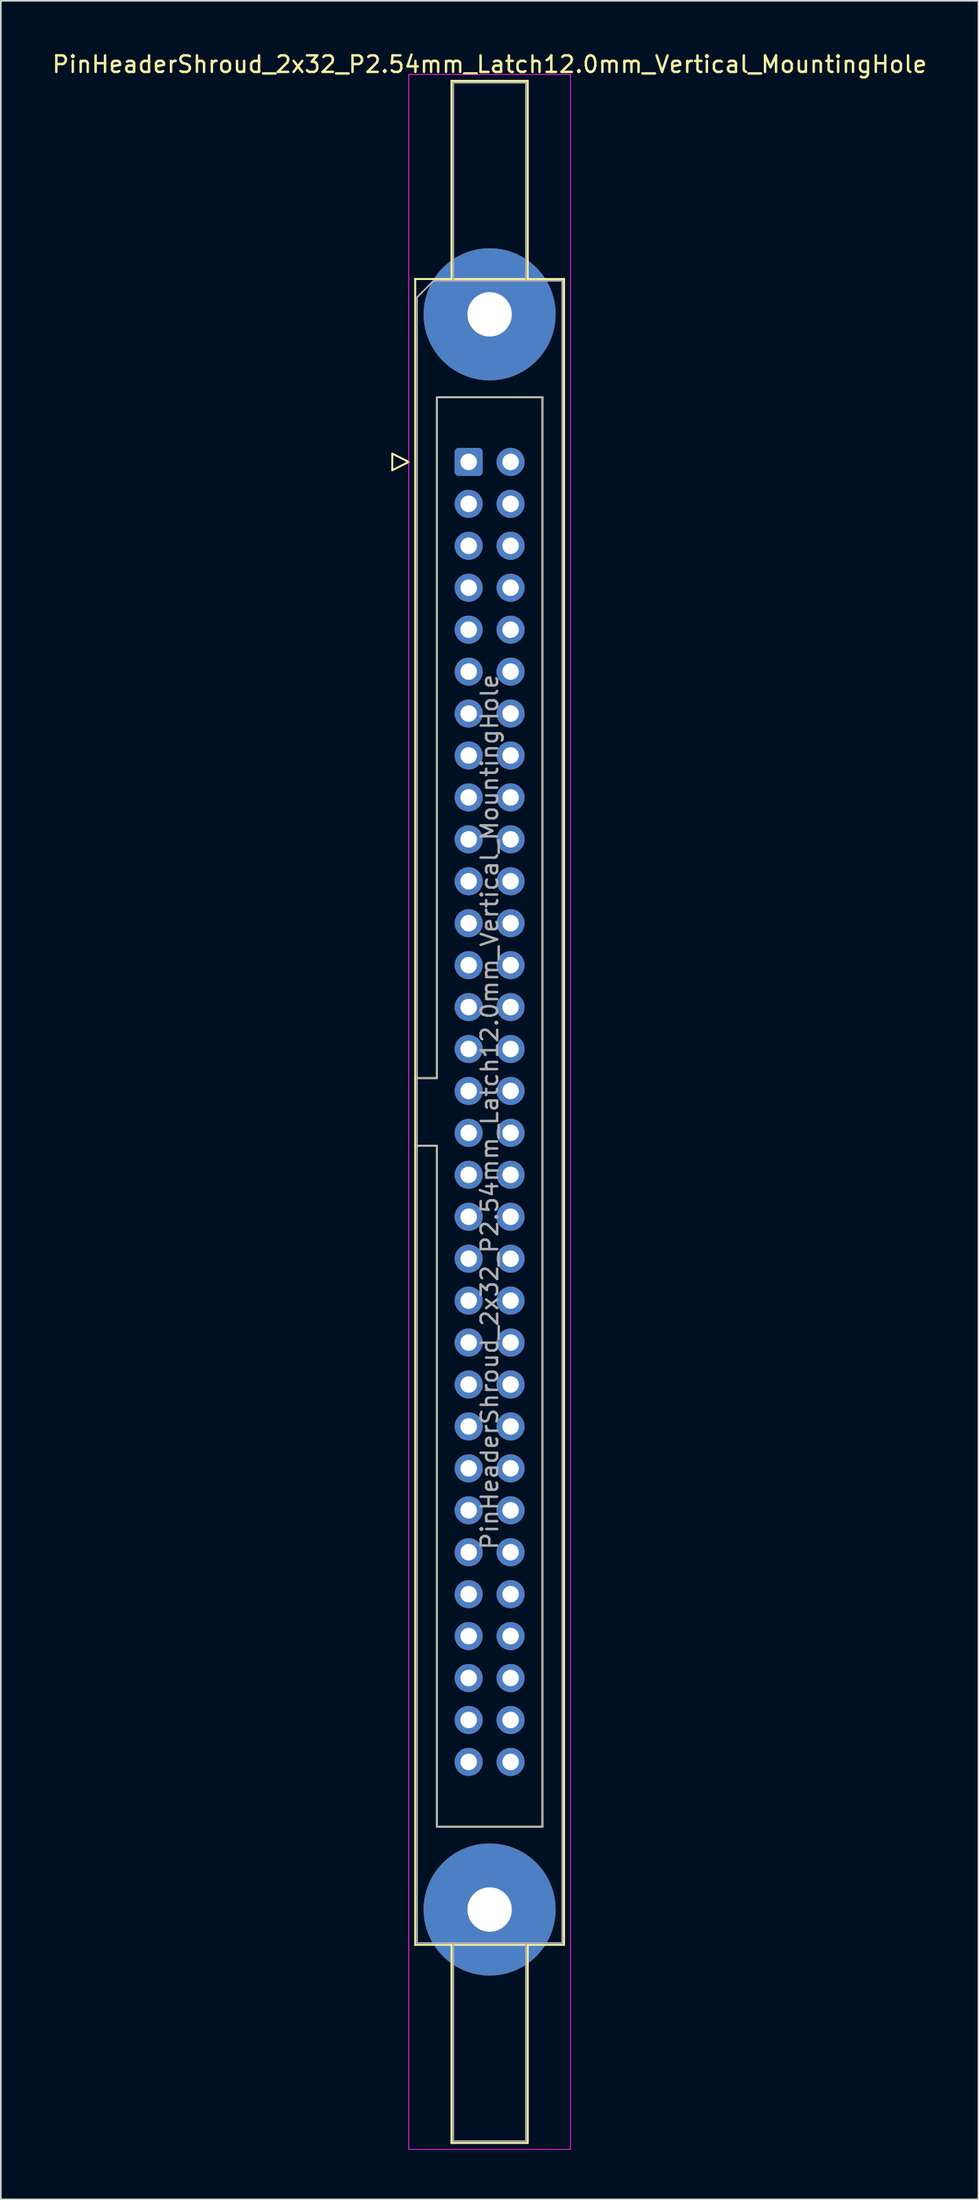
<source format=kicad_pcb>
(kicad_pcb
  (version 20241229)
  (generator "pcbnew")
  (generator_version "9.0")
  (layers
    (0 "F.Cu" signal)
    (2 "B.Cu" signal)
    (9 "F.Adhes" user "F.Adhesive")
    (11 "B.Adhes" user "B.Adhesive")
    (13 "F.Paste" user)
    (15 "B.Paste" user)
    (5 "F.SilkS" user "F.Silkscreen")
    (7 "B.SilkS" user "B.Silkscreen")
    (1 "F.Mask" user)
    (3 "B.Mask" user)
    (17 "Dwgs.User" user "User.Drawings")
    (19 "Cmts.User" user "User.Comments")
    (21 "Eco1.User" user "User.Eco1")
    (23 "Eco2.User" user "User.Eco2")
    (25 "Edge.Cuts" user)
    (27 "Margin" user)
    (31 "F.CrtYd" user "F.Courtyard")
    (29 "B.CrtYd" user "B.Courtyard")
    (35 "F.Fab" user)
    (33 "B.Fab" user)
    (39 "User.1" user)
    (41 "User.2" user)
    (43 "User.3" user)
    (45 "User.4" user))
  (footprint "PinHeaderShroud_2x32_P2.54mm_Latch12.0mm_Vertical_MountingHole"
    (layer "F.Cu")
    (at 25.355 24.928)
    (property "Reference" "PinHeaderShroud_2x32_P2.54mm_Latch12.0mm_Vertical_MountingHole" (at 1.27 -24.08 0) (layer "F.SilkS") (effects (font (size 1 1) (thickness 0.15))))
    (attr through_hole)
    (fp_line (start -4.63 -0.5) (end -4.63 0.5) (stroke (width 0.12) (type solid)) (layer "F.SilkS"))
    (fp_line (start -4.63 0.5) (end -3.63 0) (stroke (width 0.12) (type solid)) (layer "F.SilkS"))
    (fp_line (start -3.63 0) (end -4.63 -0.5) (stroke (width 0.12) (type solid)) (layer "F.SilkS"))
    (fp_line (start -3.24 -11.08) (end 5.78 -11.08) (stroke (width 0.12) (type solid)) (layer "F.SilkS"))
    (fp_line (start -3.24 37.32) (end -1.93 37.32) (stroke (width 0.12) (type solid)) (layer "F.SilkS"))
    (fp_line (start -3.24 41.42) (end -1.93 41.42) (stroke (width 0.12) (type solid)) (layer "F.SilkS"))
    (fp_line (start -3.24 89.82) (end -3.24 -11.08) (stroke (width 0.12) (type solid)) (layer "F.SilkS"))
    (fp_line (start -1.93 -3.92) (end 4.47 -3.92) (stroke (width 0.12) (type solid)) (layer "F.SilkS"))
    (fp_line (start -1.93 37.32) (end -1.93 -3.92) (stroke (width 0.12) (type solid)) (layer "F.SilkS"))
    (fp_line (start -1.93 82.66) (end -1.93 41.42) (stroke (width 0.12) (type solid)) (layer "F.SilkS"))
    (fp_line (start -1.04 -23.08) (end 3.58 -23.08) (stroke (width 0.12) (type solid)) (layer "F.SilkS"))
    (fp_line (start -1.04 -11.08) (end -1.04 -23.08) (stroke (width 0.12) (type solid)) (layer "F.SilkS"))
    (fp_line (start -1.04 89.82) (end -1.04 101.82) (stroke (width 0.12) (type solid)) (layer "F.SilkS"))
    (fp_line (start -1.04 101.82) (end 3.58 101.82) (stroke (width 0.12) (type solid)) (layer "F.SilkS"))
    (fp_line (start 3.58 -23.08) (end 3.58 -11.08) (stroke (width 0.12) (type solid)) (layer "F.SilkS"))
    (fp_line (start 3.58 101.82) (end 3.58 89.82) (stroke (width 0.12) (type solid)) (layer "F.SilkS"))
    (fp_line (start 4.47 -3.92) (end 4.47 82.66) (stroke (width 0.12) (type solid)) (layer "F.SilkS"))
    (fp_line (start 4.47 82.66) (end -1.93 82.66) (stroke (width 0.12) (type solid)) (layer "F.SilkS"))
    (fp_line (start 5.78 -11.08) (end 5.78 89.82) (stroke (width 0.12) (type solid)) (layer "F.SilkS"))
    (fp_line (start 5.78 89.82) (end -3.24 89.82) (stroke (width 0.12) (type solid)) (layer "F.SilkS"))
    (fp_line (start -3.63 -23.47) (end -3.63 102.21) (stroke (width 0.05) (type solid)) (layer "F.CrtYd"))
    (fp_line (start -3.63 102.21) (end 6.17 102.21) (stroke (width 0.05) (type solid)) (layer "F.CrtYd"))
    (fp_line (start 6.17 -23.47) (end -3.63 -23.47) (stroke (width 0.05) (type solid)) (layer "F.CrtYd"))
    (fp_line (start 6.17 102.21) (end 6.17 -23.47) (stroke (width 0.05) (type solid)) (layer "F.CrtYd"))
    (fp_line (start -3.13 -9.97) (end -2.13 -10.97) (stroke (width 0.1) (type solid)) (layer "F.Fab"))
    (fp_line (start -3.13 37.32) (end -1.93 37.32) (stroke (width 0.1) (type solid)) (layer "F.Fab"))
    (fp_line (start -3.13 41.42) (end -1.93 41.42) (stroke (width 0.1) (type solid)) (layer "F.Fab"))
    (fp_line (start -3.13 89.71) (end -3.13 -9.97) (stroke (width 0.1) (type solid)) (layer "F.Fab"))
    (fp_line (start -2.13 -10.97) (end 5.67 -10.97) (stroke (width 0.1) (type solid)) (layer "F.Fab"))
    (fp_line (start -1.93 -3.92) (end 4.47 -3.92) (stroke (width 0.1) (type solid)) (layer "F.Fab"))
    (fp_line (start -1.93 37.32) (end -1.93 -3.92) (stroke (width 0.1) (type solid)) (layer "F.Fab"))
    (fp_line (start -1.93 82.66) (end -1.93 41.42) (stroke (width 0.1) (type solid)) (layer "F.Fab"))
    (fp_line (start -0.93 -22.97) (end 3.47 -22.97) (stroke (width 0.1) (type solid)) (layer "F.Fab"))
    (fp_line (start -0.93 -10.97) (end -0.93 -22.97) (stroke (width 0.1) (type solid)) (layer "F.Fab"))
    (fp_line (start -0.93 89.71) (end -0.93 101.71) (stroke (width 0.1) (type solid)) (layer "F.Fab"))
    (fp_line (start -0.93 101.71) (end 3.47 101.71) (stroke (width 0.1) (type solid)) (layer "F.Fab"))
    (fp_line (start 3.47 -22.97) (end 3.47 -10.97) (stroke (width 0.1) (type solid)) (layer "F.Fab"))
    (fp_line (start 3.47 101.71) (end 3.47 89.71) (stroke (width 0.1) (type solid)) (layer "F.Fab"))
    (fp_line (start 4.47 -3.92) (end 4.47 82.66) (stroke (width 0.1) (type solid)) (layer "F.Fab"))
    (fp_line (start 4.47 82.66) (end -1.93 82.66) (stroke (width 0.1) (type solid)) (layer "F.Fab"))
    (fp_line (start 5.67 -10.97) (end 5.67 89.71) (stroke (width 0.1) (type solid)) (layer "F.Fab"))
    (fp_line (start 5.67 89.71) (end -3.13 89.71) (stroke (width 0.1) (type solid)) (layer "F.Fab"))
    (fp_text user "${REFERENCE}" (at 1.27 39.37 90) (layer "F.Fab") (effects (font (size 1 1) (thickness 0.15))))
    (pad "" thru_hole circle (at 1.27 -8.94) (size 8 8) (drill 2.69) (layers "*.Cu" "*.Mask"))
    (pad "" thru_hole circle (at 1.27 87.68) (size 8 8) (drill 2.69) (layers "*.Cu" "*.Mask"))
    (pad "1" thru_hole roundrect (at 0 0) (size 1.7 1.7) (drill 1) (layers "*.Cu" "*.Mask") (roundrect_rratio 0.147))
    (pad "2" thru_hole circle (at 2.54 0) (size 1.7 1.7) (drill 1) (layers "*.Cu" "*.Mask"))
    (pad "3" thru_hole circle (at 0 2.54) (size 1.7 1.7) (drill 1) (layers "*.Cu" "*.Mask"))
    (pad "4" thru_hole circle (at 2.54 2.54) (size 1.7 1.7) (drill 1) (layers "*.Cu" "*.Mask"))
    (pad "5" thru_hole circle (at 0 5.08) (size 1.7 1.7) (drill 1) (layers "*.Cu" "*.Mask"))
    (pad "6" thru_hole circle (at 2.54 5.08) (size 1.7 1.7) (drill 1) (layers "*.Cu" "*.Mask"))
    (pad "7" thru_hole circle (at 0 7.62) (size 1.7 1.7) (drill 1) (layers "*.Cu" "*.Mask"))
    (pad "8" thru_hole circle (at 2.54 7.62) (size 1.7 1.7) (drill 1) (layers "*.Cu" "*.Mask"))
    (pad "9" thru_hole circle (at 0 10.16) (size 1.7 1.7) (drill 1) (layers "*.Cu" "*.Mask"))
    (pad "10" thru_hole circle (at 2.54 10.16) (size 1.7 1.7) (drill 1) (layers "*.Cu" "*.Mask"))
    (pad "11" thru_hole circle (at 0 12.7) (size 1.7 1.7) (drill 1) (layers "*.Cu" "*.Mask"))
    (pad "12" thru_hole circle (at 2.54 12.7) (size 1.7 1.7) (drill 1) (layers "*.Cu" "*.Mask"))
    (pad "13" thru_hole circle (at 0 15.24) (size 1.7 1.7) (drill 1) (layers "*.Cu" "*.Mask"))
    (pad "14" thru_hole circle (at 2.54 15.24) (size 1.7 1.7) (drill 1) (layers "*.Cu" "*.Mask"))
    (pad "15" thru_hole circle (at 0 17.78) (size 1.7 1.7) (drill 1) (layers "*.Cu" "*.Mask"))
    (pad "16" thru_hole circle (at 2.54 17.78) (size 1.7 1.7) (drill 1) (layers "*.Cu" "*.Mask"))
    (pad "17" thru_hole circle (at 0 20.32) (size 1.7 1.7) (drill 1) (layers "*.Cu" "*.Mask"))
    (pad "18" thru_hole circle (at 2.54 20.32) (size 1.7 1.7) (drill 1) (layers "*.Cu" "*.Mask"))
    (pad "19" thru_hole circle (at 0 22.86) (size 1.7 1.7) (drill 1) (layers "*.Cu" "*.Mask"))
    (pad "20" thru_hole circle (at 2.54 22.86) (size 1.7 1.7) (drill 1) (layers "*.Cu" "*.Mask"))
    (pad "21" thru_hole circle (at 0 25.4) (size 1.7 1.7) (drill 1) (layers "*.Cu" "*.Mask"))
    (pad "22" thru_hole circle (at 2.54 25.4) (size 1.7 1.7) (drill 1) (layers "*.Cu" "*.Mask"))
    (pad "23" thru_hole circle (at 0 27.94) (size 1.7 1.7) (drill 1) (layers "*.Cu" "*.Mask"))
    (pad "24" thru_hole circle (at 2.54 27.94) (size 1.7 1.7) (drill 1) (layers "*.Cu" "*.Mask"))
    (pad "25" thru_hole circle (at 0 30.48) (size 1.7 1.7) (drill 1) (layers "*.Cu" "*.Mask"))
    (pad "26" thru_hole circle (at 2.54 30.48) (size 1.7 1.7) (drill 1) (layers "*.Cu" "*.Mask"))
    (pad "27" thru_hole circle (at 0 33.02) (size 1.7 1.7) (drill 1) (layers "*.Cu" "*.Mask"))
    (pad "28" thru_hole circle (at 2.54 33.02) (size 1.7 1.7) (drill 1) (layers "*.Cu" "*.Mask"))
    (pad "29" thru_hole circle (at 0 35.56) (size 1.7 1.7) (drill 1) (layers "*.Cu" "*.Mask"))
    (pad "30" thru_hole circle (at 2.54 35.56) (size 1.7 1.7) (drill 1) (layers "*.Cu" "*.Mask"))
    (pad "31" thru_hole circle (at 0 38.1) (size 1.7 1.7) (drill 1) (layers "*.Cu" "*.Mask"))
    (pad "32" thru_hole circle (at 2.54 38.1) (size 1.7 1.7) (drill 1) (layers "*.Cu" "*.Mask"))
    (pad "33" thru_hole circle (at 0 40.64) (size 1.7 1.7) (drill 1) (layers "*.Cu" "*.Mask"))
    (pad "34" thru_hole circle (at 2.54 40.64) (size 1.7 1.7) (drill 1) (layers "*.Cu" "*.Mask"))
    (pad "35" thru_hole circle (at 0 43.18) (size 1.7 1.7) (drill 1) (layers "*.Cu" "*.Mask"))
    (pad "36" thru_hole circle (at 2.54 43.18) (size 1.7 1.7) (drill 1) (layers "*.Cu" "*.Mask"))
    (pad "37" thru_hole circle (at 0 45.72) (size 1.7 1.7) (drill 1) (layers "*.Cu" "*.Mask"))
    (pad "38" thru_hole circle (at 2.54 45.72) (size 1.7 1.7) (drill 1) (layers "*.Cu" "*.Mask"))
    (pad "39" thru_hole circle (at 0 48.26) (size 1.7 1.7) (drill 1) (layers "*.Cu" "*.Mask"))
    (pad "40" thru_hole circle (at 2.54 48.26) (size 1.7 1.7) (drill 1) (layers "*.Cu" "*.Mask"))
    (pad "41" thru_hole circle (at 0 50.8) (size 1.7 1.7) (drill 1) (layers "*.Cu" "*.Mask"))
    (pad "42" thru_hole circle (at 2.54 50.8) (size 1.7 1.7) (drill 1) (layers "*.Cu" "*.Mask"))
    (pad "43" thru_hole circle (at 0 53.34) (size 1.7 1.7) (drill 1) (layers "*.Cu" "*.Mask"))
    (pad "44" thru_hole circle (at 2.54 53.34) (size 1.7 1.7) (drill 1) (layers "*.Cu" "*.Mask"))
    (pad "45" thru_hole circle (at 0 55.88) (size 1.7 1.7) (drill 1) (layers "*.Cu" "*.Mask"))
    (pad "46" thru_hole circle (at 2.54 55.88) (size 1.7 1.7) (drill 1) (layers "*.Cu" "*.Mask"))
    (pad "47" thru_hole circle (at 0 58.42) (size 1.7 1.7) (drill 1) (layers "*.Cu" "*.Mask"))
    (pad "48" thru_hole circle (at 2.54 58.42) (size 1.7 1.7) (drill 1) (layers "*.Cu" "*.Mask"))
    (pad "49" thru_hole circle (at 0 60.96) (size 1.7 1.7) (drill 1) (layers "*.Cu" "*.Mask"))
    (pad "50" thru_hole circle (at 2.54 60.96) (size 1.7 1.7) (drill 1) (layers "*.Cu" "*.Mask"))
    (pad "51" thru_hole circle (at 0 63.5) (size 1.7 1.7) (drill 1) (layers "*.Cu" "*.Mask"))
    (pad "52" thru_hole circle (at 2.54 63.5) (size 1.7 1.7) (drill 1) (layers "*.Cu" "*.Mask"))
    (pad "53" thru_hole circle (at 0 66.04) (size 1.7 1.7) (drill 1) (layers "*.Cu" "*.Mask"))
    (pad "54" thru_hole circle (at 2.54 66.04) (size 1.7 1.7) (drill 1) (layers "*.Cu" "*.Mask"))
    (pad "55" thru_hole circle (at 0 68.58) (size 1.7 1.7) (drill 1) (layers "*.Cu" "*.Mask"))
    (pad "56" thru_hole circle (at 2.54 68.58) (size 1.7 1.7) (drill 1) (layers "*.Cu" "*.Mask"))
    (pad "57" thru_hole circle (at 0 71.12) (size 1.7 1.7) (drill 1) (layers "*.Cu" "*.Mask"))
    (pad "58" thru_hole circle (at 2.54 71.12) (size 1.7 1.7) (drill 1) (layers "*.Cu" "*.Mask"))
    (pad "59" thru_hole circle (at 0 73.66) (size 1.7 1.7) (drill 1) (layers "*.Cu" "*.Mask"))
    (pad "60" thru_hole circle (at 2.54 73.66) (size 1.7 1.7) (drill 1) (layers "*.Cu" "*.Mask"))
    (pad "61" thru_hole circle (at 0 76.2) (size 1.7 1.7) (drill 1) (layers "*.Cu" "*.Mask"))
    (pad "62" thru_hole circle (at 2.54 76.2) (size 1.7 1.7) (drill 1) (layers "*.Cu" "*.Mask"))
    (pad "63" thru_hole circle (at 0 78.74) (size 1.7 1.7) (drill 1) (layers "*.Cu" "*.Mask"))
    (pad "64" thru_hole circle (at 2.54 78.74) (size 1.7 1.7) (drill 1) (layers "*.Cu" "*.Mask")))
  (gr_rect
    (start -3 -3)
    (end 56.25 130.163)
    (stroke (width 0.1) (type default))
    (fill no)
    (layer "Edge.Cuts")))
</source>
